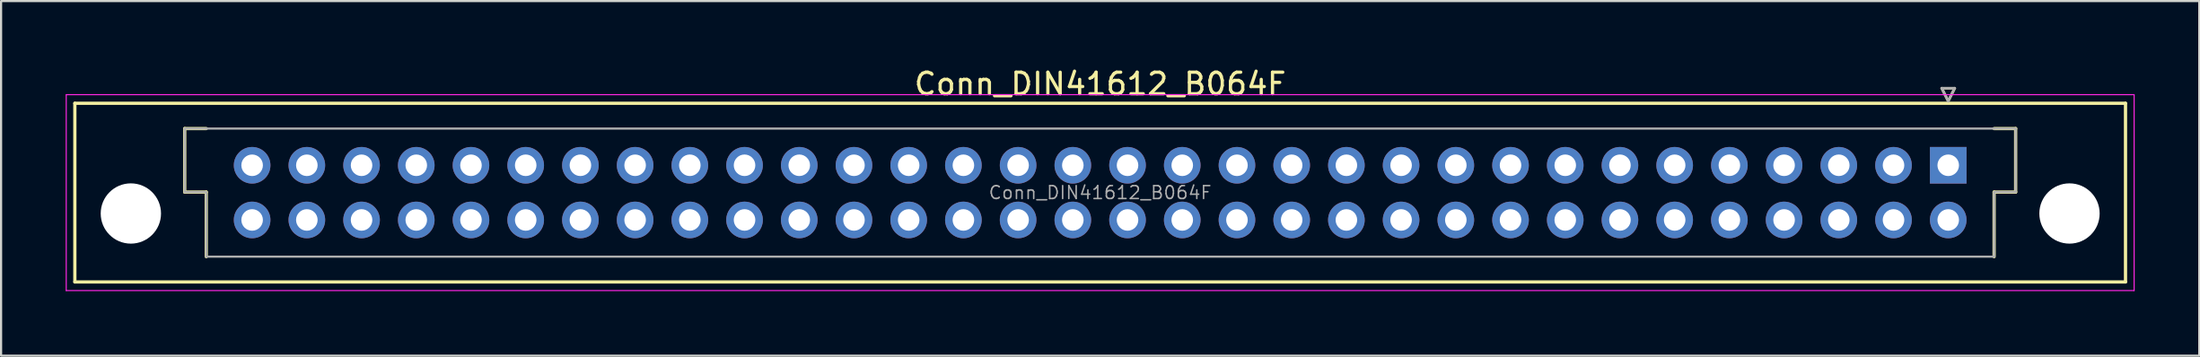
<source format=kicad_pcb>
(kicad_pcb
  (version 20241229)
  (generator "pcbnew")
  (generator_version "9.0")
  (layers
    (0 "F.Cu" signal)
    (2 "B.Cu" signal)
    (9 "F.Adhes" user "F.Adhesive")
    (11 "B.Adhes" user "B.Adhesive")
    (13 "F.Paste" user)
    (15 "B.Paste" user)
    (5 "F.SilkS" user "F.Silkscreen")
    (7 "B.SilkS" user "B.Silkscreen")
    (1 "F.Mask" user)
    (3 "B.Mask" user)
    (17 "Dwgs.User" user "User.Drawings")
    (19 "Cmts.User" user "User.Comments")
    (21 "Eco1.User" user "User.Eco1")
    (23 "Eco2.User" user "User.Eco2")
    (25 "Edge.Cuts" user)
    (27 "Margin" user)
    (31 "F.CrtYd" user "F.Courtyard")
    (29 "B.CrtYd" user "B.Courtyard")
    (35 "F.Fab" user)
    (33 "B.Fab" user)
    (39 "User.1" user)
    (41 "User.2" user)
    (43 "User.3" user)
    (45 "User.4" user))
  (footprint "Conn_DIN41612_B064F"
    (layer "F.Cu")
    (at 87.395 4.628)
    (property "Reference" "Conn_DIN41612_B064F" (at -39.37 -3.78 0) (layer "F.SilkS") (effects (font (size 1 1) (thickness 0.15))))
    (attr through_hole)
    (fp_line (start -86.97 -2.88) (end -86.97 5.42) (stroke (width 0.15) (type solid)) (layer "F.SilkS"))
    (fp_line (start -86.97 5.42) (end 8.23 5.42) (stroke (width 0.15) (type solid)) (layer "F.SilkS"))
    (fp_line (start -81.87 -1.705) (end -81.87 1.245) (stroke (width 0.15) (type solid)) (layer "F.SilkS"))
    (fp_line (start -81.87 1.245) (end -80.87 1.245) (stroke (width 0.15) (type solid)) (layer "F.SilkS"))
    (fp_line (start -80.87 -1.705) (end -81.87 -1.705) (stroke (width 0.15) (type solid)) (layer "F.SilkS"))
    (fp_line (start -80.87 1.245) (end -80.87 4.245) (stroke (width 0.15) (type solid)) (layer "F.SilkS"))
    (fp_line (start -0.3 -3.58) (end 0.3 -3.58) (stroke (width 0.12) (type solid)) (layer "F.SilkS"))
    (fp_line (start 0 -2.98) (end -0.3 -3.58) (stroke (width 0.12) (type solid)) (layer "F.SilkS"))
    (fp_line (start 0.3 -3.58) (end 0 -2.98) (stroke (width 0.12) (type solid)) (layer "F.SilkS"))
    (fp_line (start 2.13 1.245) (end 3.13 1.245) (stroke (width 0.15) (type solid)) (layer "F.SilkS"))
    (fp_line (start 2.13 4.245) (end 2.13 1.245) (stroke (width 0.15) (type solid)) (layer "F.SilkS"))
    (fp_line (start 3.13 -1.705) (end 2.13 -1.705) (stroke (width 0.15) (type solid)) (layer "F.SilkS"))
    (fp_line (start 3.13 1.245) (end 3.13 -1.705) (stroke (width 0.15) (type solid)) (layer "F.SilkS"))
    (fp_line (start 8.23 -2.88) (end -86.97 -2.88) (stroke (width 0.15) (type solid)) (layer "F.SilkS"))
    (fp_line (start 8.23 5.42) (end 8.23 -2.88) (stroke (width 0.15) (type solid)) (layer "F.SilkS"))
    (fp_line (start -87.37 -3.28) (end -87.37 5.82) (stroke (width 0.05) (type solid)) (layer "F.CrtYd"))
    (fp_line (start -87.37 5.82) (end 8.63 5.82) (stroke (width 0.05) (type solid)) (layer "F.CrtYd"))
    (fp_line (start 8.63 -3.28) (end -87.37 -3.28) (stroke (width 0.05) (type solid)) (layer "F.CrtYd"))
    (fp_line (start 8.63 5.82) (end 8.63 -3.28) (stroke (width 0.05) (type solid)) (layer "F.CrtYd"))
    (fp_line (start -81.87 -1.705) (end -81.87 1.245) (stroke (width 0.1) (type solid)) (layer "F.Fab"))
    (fp_line (start -81.87 1.245) (end -80.87 1.245) (stroke (width 0.1) (type solid)) (layer "F.Fab"))
    (fp_line (start -80.87 -1.705) (end -81.87 -1.705) (stroke (width 0.1) (type solid)) (layer "F.Fab"))
    (fp_line (start -80.87 1.245) (end -80.87 4.245) (stroke (width 0.1) (type solid)) (layer "F.Fab"))
    (fp_line (start -80.87 4.245) (end 2.13 4.245) (stroke (width 0.1) (type solid)) (layer "F.Fab"))
    (fp_line (start -0.3 -3.58) (end 0.3 -3.58) (stroke (width 0.12) (type solid)) (layer "F.Fab"))
    (fp_line (start 0 -2.98) (end -0.3 -3.58) (stroke (width 0.12) (type solid)) (layer "F.Fab"))
    (fp_line (start 0.3 -3.58) (end 0 -2.98) (stroke (width 0.12) (type solid)) (layer "F.Fab"))
    (fp_line (start 2.13 -1.705) (end -80.87 -1.705) (stroke (width 0.1) (type solid)) (layer "F.Fab"))
    (fp_line (start 2.13 1.245) (end 3.13 1.245) (stroke (width 0.1) (type solid)) (layer "F.Fab"))
    (fp_line (start 2.13 4.245) (end 2.13 1.245) (stroke (width 0.1) (type solid)) (layer "F.Fab"))
    (fp_line (start 3.13 -1.705) (end 2.13 -1.705) (stroke (width 0.1) (type solid)) (layer "F.Fab"))
    (fp_line (start 3.13 1.245) (end 3.13 -1.705) (stroke (width 0.1) (type solid)) (layer "F.Fab"))
    (fp_text user "${REFERENCE}" (at -39.37 1.27 0) (layer "F.Fab") (effects (font (size 0.6 0.6) (thickness 0.07))))
    (pad "" np_thru_hole circle (at -84.37 2.24) (size 2.8 2.8) (drill 2.8) (layers "*.Cu" "*.Mask"))
    (pad "" np_thru_hole circle (at 5.63 2.24) (size 2.8 2.8) (drill 2.8) (layers "*.Cu" "*.Mask"))
    (pad "A1" thru_hole rect (at 0 0) (size 1.7 1.7) (drill 1) (layers "*.Cu" "*.Mask"))
    (pad "A2" thru_hole circle (at -2.54 0) (size 1.7 1.7) (drill 1) (layers "*.Cu" "*.Mask"))
    (pad "A3" thru_hole circle (at -5.08 0) (size 1.7 1.7) (drill 1) (layers "*.Cu" "*.Mask"))
    (pad "A4" thru_hole circle (at -7.62 0) (size 1.7 1.7) (drill 1) (layers "*.Cu" "*.Mask"))
    (pad "A5" thru_hole circle (at -10.16 0) (size 1.7 1.7) (drill 1) (layers "*.Cu" "*.Mask"))
    (pad "A6" thru_hole circle (at -12.7 0) (size 1.7 1.7) (drill 1) (layers "*.Cu" "*.Mask"))
    (pad "A7" thru_hole circle (at -15.24 0) (size 1.7 1.7) (drill 1) (layers "*.Cu" "*.Mask"))
    (pad "A8" thru_hole circle (at -17.78 0) (size 1.7 1.7) (drill 1) (layers "*.Cu" "*.Mask"))
    (pad "A9" thru_hole circle (at -20.32 0) (size 1.7 1.7) (drill 1) (layers "*.Cu" "*.Mask"))
    (pad "A10" thru_hole circle (at -22.86 0) (size 1.7 1.7) (drill 1) (layers "*.Cu" "*.Mask"))
    (pad "A11" thru_hole circle (at -25.4 0) (size 1.7 1.7) (drill 1) (layers "*.Cu" "*.Mask"))
    (pad "A12" thru_hole circle (at -27.94 0) (size 1.7 1.7) (drill 1) (layers "*.Cu" "*.Mask"))
    (pad "A13" thru_hole circle (at -30.48 0) (size 1.7 1.7) (drill 1) (layers "*.Cu" "*.Mask"))
    (pad "A14" thru_hole circle (at -33.02 0) (size 1.7 1.7) (drill 1) (layers "*.Cu" "*.Mask"))
    (pad "A15" thru_hole circle (at -35.56 0) (size 1.7 1.7) (drill 1) (layers "*.Cu" "*.Mask"))
    (pad "A16" thru_hole circle (at -38.1 0) (size 1.7 1.7) (drill 1) (layers "*.Cu" "*.Mask"))
    (pad "A17" thru_hole circle (at -40.64 0) (size 1.7 1.7) (drill 1) (layers "*.Cu" "*.Mask"))
    (pad "A18" thru_hole circle (at -43.18 0) (size 1.7 1.7) (drill 1) (layers "*.Cu" "*.Mask"))
    (pad "A19" thru_hole circle (at -45.72 0) (size 1.7 1.7) (drill 1) (layers "*.Cu" "*.Mask"))
    (pad "A20" thru_hole circle (at -48.26 0) (size 1.7 1.7) (drill 1) (layers "*.Cu" "*.Mask"))
    (pad "A21" thru_hole circle (at -50.8 0) (size 1.7 1.7) (drill 1) (layers "*.Cu" "*.Mask"))
    (pad "A22" thru_hole circle (at -53.34 0) (size 1.7 1.7) (drill 1) (layers "*.Cu" "*.Mask"))
    (pad "A23" thru_hole circle (at -55.88 0) (size 1.7 1.7) (drill 1) (layers "*.Cu" "*.Mask"))
    (pad "A24" thru_hole circle (at -58.42 0) (size 1.7 1.7) (drill 1) (layers "*.Cu" "*.Mask"))
    (pad "A25" thru_hole circle (at -60.96 0) (size 1.7 1.7) (drill 1) (layers "*.Cu" "*.Mask"))
    (pad "A26" thru_hole circle (at -63.5 0) (size 1.7 1.7) (drill 1) (layers "*.Cu" "*.Mask"))
    (pad "A27" thru_hole circle (at -66.04 0) (size 1.7 1.7) (drill 1) (layers "*.Cu" "*.Mask"))
    (pad "A28" thru_hole circle (at -68.58 0) (size 1.7 1.7) (drill 1) (layers "*.Cu" "*.Mask"))
    (pad "A29" thru_hole circle (at -71.12 0) (size 1.7 1.7) (drill 1) (layers "*.Cu" "*.Mask"))
    (pad "A30" thru_hole circle (at -73.66 0) (size 1.7 1.7) (drill 1) (layers "*.Cu" "*.Mask"))
    (pad "A31" thru_hole circle (at -76.2 0) (size 1.7 1.7) (drill 1) (layers "*.Cu" "*.Mask"))
    (pad "A32" thru_hole circle (at -78.74 0) (size 1.7 1.7) (drill 1) (layers "*.Cu" "*.Mask"))
    (pad "B1" thru_hole circle (at 0 2.54) (size 1.7 1.7) (drill 1) (layers "*.Cu" "*.Mask"))
    (pad "B2" thru_hole circle (at -2.54 2.54) (size 1.7 1.7) (drill 1) (layers "*.Cu" "*.Mask"))
    (pad "B3" thru_hole circle (at -5.08 2.54) (size 1.7 1.7) (drill 1) (layers "*.Cu" "*.Mask"))
    (pad "B4" thru_hole circle (at -7.62 2.54) (size 1.7 1.7) (drill 1) (layers "*.Cu" "*.Mask"))
    (pad "B5" thru_hole circle (at -10.16 2.54) (size 1.7 1.7) (drill 1) (layers "*.Cu" "*.Mask"))
    (pad "B6" thru_hole circle (at -12.7 2.54) (size 1.7 1.7) (drill 1) (layers "*.Cu" "*.Mask"))
    (pad "B7" thru_hole circle (at -15.24 2.54) (size 1.7 1.7) (drill 1) (layers "*.Cu" "*.Mask"))
    (pad "B8" thru_hole circle (at -17.78 2.54) (size 1.7 1.7) (drill 1) (layers "*.Cu" "*.Mask"))
    (pad "B9" thru_hole circle (at -20.32 2.54) (size 1.7 1.7) (drill 1) (layers "*.Cu" "*.Mask"))
    (pad "B10" thru_hole circle (at -22.86 2.54) (size 1.7 1.7) (drill 1) (layers "*.Cu" "*.Mask"))
    (pad "B11" thru_hole circle (at -25.4 2.54) (size 1.7 1.7) (drill 1) (layers "*.Cu" "*.Mask"))
    (pad "B12" thru_hole circle (at -27.94 2.54) (size 1.7 1.7) (drill 1) (layers "*.Cu" "*.Mask"))
    (pad "B13" thru_hole circle (at -30.48 2.54) (size 1.7 1.7) (drill 1) (layers "*.Cu" "*.Mask"))
    (pad "B14" thru_hole circle (at -33.02 2.54) (size 1.7 1.7) (drill 1) (layers "*.Cu" "*.Mask"))
    (pad "B15" thru_hole circle (at -35.56 2.54) (size 1.7 1.7) (drill 1) (layers "*.Cu" "*.Mask"))
    (pad "B16" thru_hole circle (at -38.1 2.54) (size 1.7 1.7) (drill 1) (layers "*.Cu" "*.Mask"))
    (pad "B17" thru_hole circle (at -40.64 2.54) (size 1.7 1.7) (drill 1) (layers "*.Cu" "*.Mask"))
    (pad "B18" thru_hole circle (at -43.18 2.54) (size 1.7 1.7) (drill 1) (layers "*.Cu" "*.Mask"))
    (pad "B19" thru_hole circle (at -45.72 2.54) (size 1.7 1.7) (drill 1) (layers "*.Cu" "*.Mask"))
    (pad "B20" thru_hole circle (at -48.26 2.54) (size 1.7 1.7) (drill 1) (layers "*.Cu" "*.Mask"))
    (pad "B21" thru_hole circle (at -50.8 2.54) (size 1.7 1.7) (drill 1) (layers "*.Cu" "*.Mask"))
    (pad "B22" thru_hole circle (at -53.34 2.54) (size 1.7 1.7) (drill 1) (layers "*.Cu" "*.Mask"))
    (pad "B23" thru_hole circle (at -55.88 2.54) (size 1.7 1.7) (drill 1) (layers "*.Cu" "*.Mask"))
    (pad "B24" thru_hole circle (at -58.42 2.54) (size 1.7 1.7) (drill 1) (layers "*.Cu" "*.Mask"))
    (pad "B25" thru_hole circle (at -60.96 2.54) (size 1.7 1.7) (drill 1) (layers "*.Cu" "*.Mask"))
    (pad "B26" thru_hole circle (at -63.5 2.54) (size 1.7 1.7) (drill 1) (layers "*.Cu" "*.Mask"))
    (pad "B27" thru_hole circle (at -66.04 2.54) (size 1.7 1.7) (drill 1) (layers "*.Cu" "*.Mask"))
    (pad "B28" thru_hole circle (at -68.58 2.54) (size 1.7 1.7) (drill 1) (layers "*.Cu" "*.Mask"))
    (pad "B29" thru_hole circle (at -71.12 2.54) (size 1.7 1.7) (drill 1) (layers "*.Cu" "*.Mask"))
    (pad "B30" thru_hole circle (at -73.66 2.54) (size 1.7 1.7) (drill 1) (layers "*.Cu" "*.Mask"))
    (pad "B31" thru_hole circle (at -76.2 2.54) (size 1.7 1.7) (drill 1) (layers "*.Cu" "*.Mask"))
    (pad "B32" thru_hole circle (at -78.74 2.54) (size 1.7 1.7) (drill 1) (layers "*.Cu" "*.Mask")))
  (gr_rect
    (start -3 -3)
    (end 99.05 13.473)
    (stroke (width 0.1) (type default))
    (fill no)
    (layer "Edge.Cuts")))
</source>
